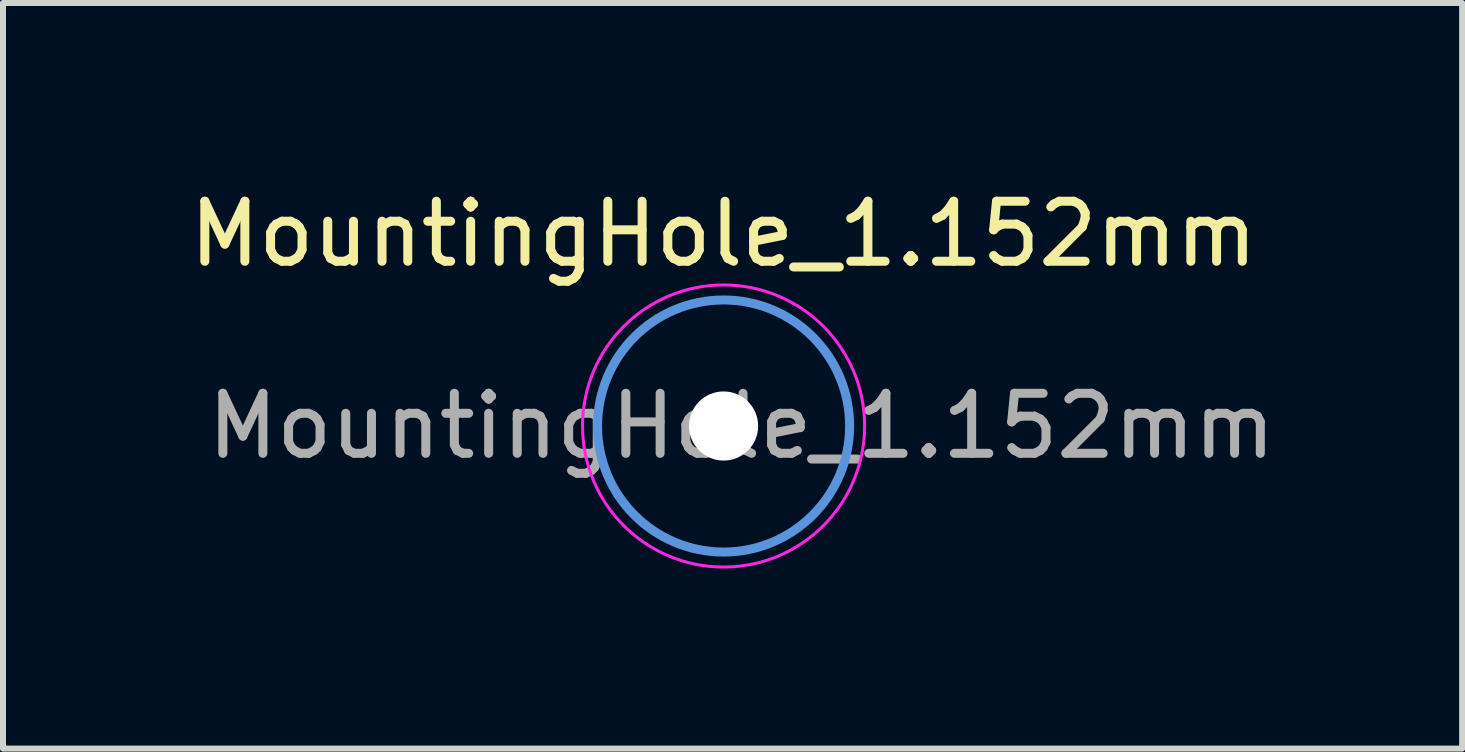
<source format=kicad_pcb>
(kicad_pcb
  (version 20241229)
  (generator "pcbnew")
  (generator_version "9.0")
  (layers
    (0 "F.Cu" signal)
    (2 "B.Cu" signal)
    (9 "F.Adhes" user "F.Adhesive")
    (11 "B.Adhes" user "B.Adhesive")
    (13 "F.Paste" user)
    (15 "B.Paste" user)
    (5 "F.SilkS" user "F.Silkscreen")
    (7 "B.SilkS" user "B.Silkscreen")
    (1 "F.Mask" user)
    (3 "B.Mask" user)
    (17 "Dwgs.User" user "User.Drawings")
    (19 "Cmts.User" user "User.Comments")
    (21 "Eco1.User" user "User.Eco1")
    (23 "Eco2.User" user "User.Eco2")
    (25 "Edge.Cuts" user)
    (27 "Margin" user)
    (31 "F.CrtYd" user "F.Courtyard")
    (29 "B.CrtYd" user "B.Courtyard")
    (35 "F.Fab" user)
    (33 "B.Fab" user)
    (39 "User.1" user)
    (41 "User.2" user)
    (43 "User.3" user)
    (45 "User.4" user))
  (footprint "MountingHole_1.152mm"
    (layer "F.Cu")
    (at 9.006 4.048)
    (property "Reference" "MountingHole_1.152mm" (at 0 -3.2 0) (layer "F.SilkS") (effects (font (size 1 1) (thickness 0.15))))
    (attr exclude_from_pos_files exclude_from_bom)
    (fp_circle (center 0 0) (end 2.1 0) (stroke (width 0.15) (type solid)) (fill no) (layer "Cmts.User"))
    (fp_circle (center 0 0) (end 2.35 0) (stroke (width 0.05) (type solid)) (fill no) (layer "F.CrtYd"))
    (fp_text user "${REFERENCE}" (at 0.3 0 0) (layer "F.Fab") (effects (font (size 1 1) (thickness 0.15))))
    (pad "" np_thru_hole circle (at 0 0) (size 1.152 1.152) (drill 1.152) (layers "*.Cu" "*.Mask")))
  (gr_rect
    (start -3 -3)
    (end 21.312 9.423)
    (stroke (width 0.1) (type default))
    (fill no)
    (layer "Edge.Cuts")))
</source>
